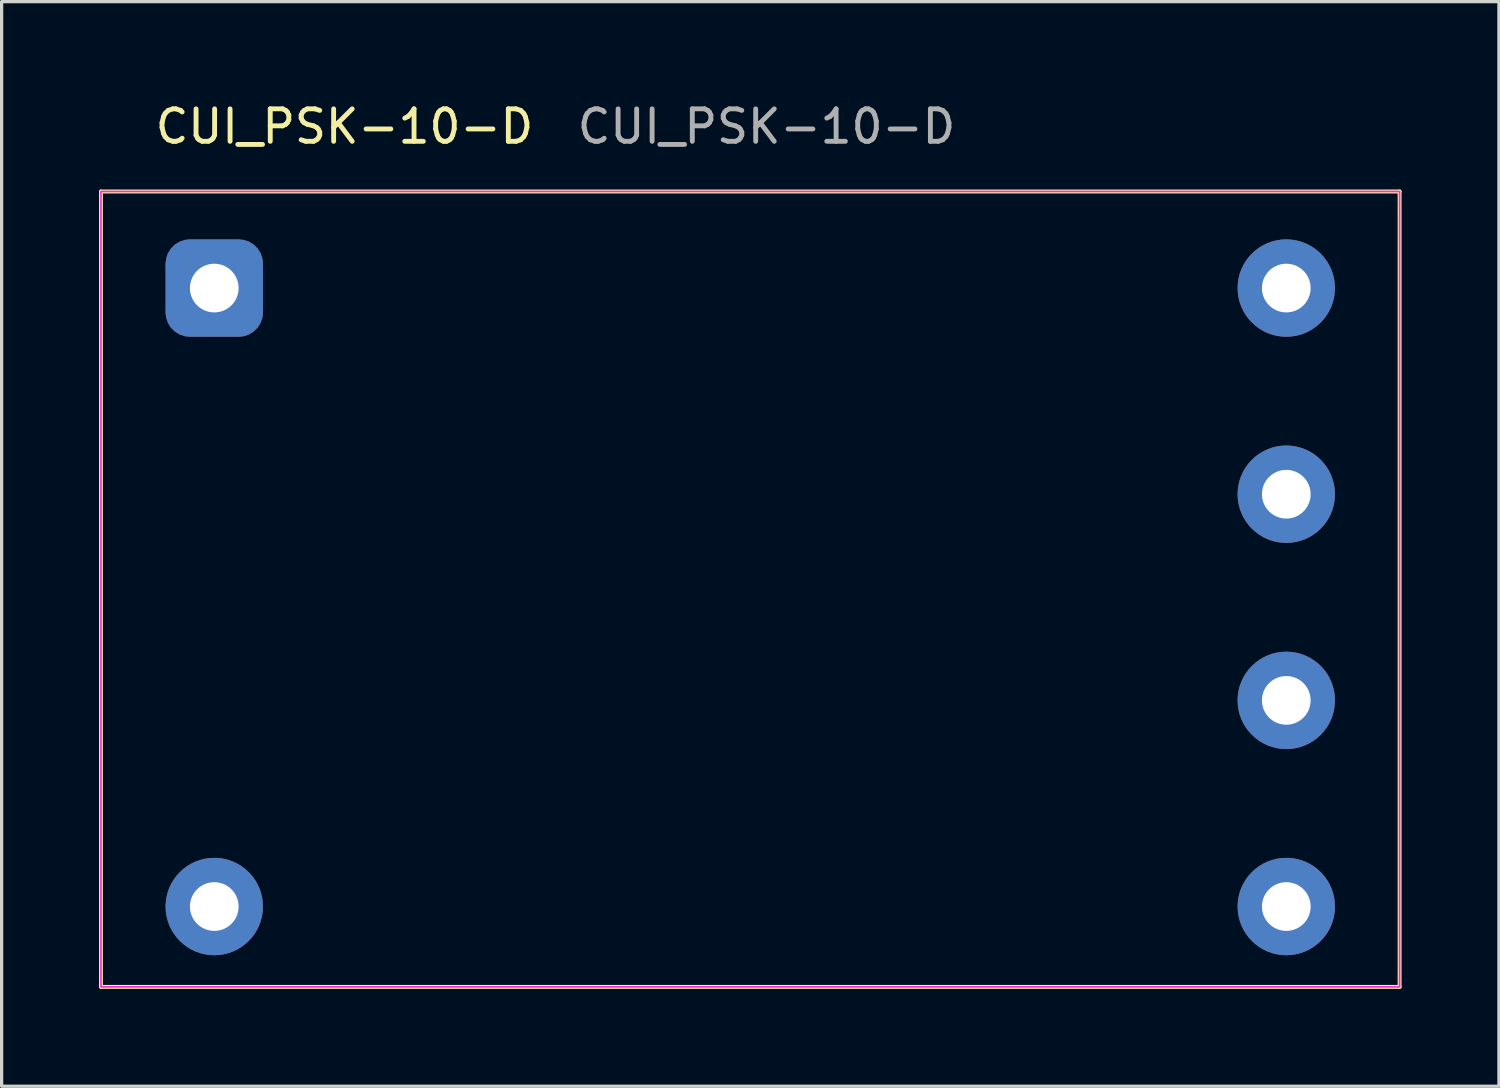
<source format=kicad_pcb>
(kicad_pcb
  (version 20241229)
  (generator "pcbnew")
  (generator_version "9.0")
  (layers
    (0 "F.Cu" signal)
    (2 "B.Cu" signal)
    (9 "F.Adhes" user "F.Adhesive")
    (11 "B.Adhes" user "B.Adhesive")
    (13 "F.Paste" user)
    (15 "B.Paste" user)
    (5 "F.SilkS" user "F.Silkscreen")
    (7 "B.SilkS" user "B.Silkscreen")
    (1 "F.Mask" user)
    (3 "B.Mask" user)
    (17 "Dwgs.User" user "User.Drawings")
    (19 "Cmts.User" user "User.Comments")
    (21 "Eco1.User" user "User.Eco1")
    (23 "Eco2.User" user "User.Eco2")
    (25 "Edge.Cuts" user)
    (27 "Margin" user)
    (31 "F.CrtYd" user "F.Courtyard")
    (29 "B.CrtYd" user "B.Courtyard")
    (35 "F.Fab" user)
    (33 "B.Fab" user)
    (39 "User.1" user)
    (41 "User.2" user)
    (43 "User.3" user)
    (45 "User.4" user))
  (footprint "CUI_PSK-10-D"
    (layer "F.Cu")
    (at 20.06 15.348)
    (property "Reference" "CUI_PSK-10-D" (at -12.5 -14.5 0) (unlocked yes) (layer "F.SilkS") (effects (font (size 1 1) (thickness 0.15))))
    (attr through_hole)
    (fp_line (start -20 -12.5) (end 20 -12.5) (stroke (width 0.12) (type solid)) (layer "F.SilkS"))
    (fp_line (start -20 12) (end -20 -12.5) (stroke (width 0.12) (type solid)) (layer "F.SilkS"))
    (fp_line (start 20 -12.5) (end 20 12) (stroke (width 0.12) (type solid)) (layer "F.SilkS"))
    (fp_line (start 20 12) (end -20 12) (stroke (width 0.12) (type solid)) (layer "F.SilkS"))
    (fp_rect (start -20 -12.5) (end 20 12) (stroke (width 0.05) (type solid)) (fill no) (layer "F.CrtYd"))
    (fp_text user "${REFERENCE}" (at 0.5 -14.5 0) (unlocked yes) (layer "F.Fab") (effects (font (size 1 1) (thickness 0.15))))
    (pad "1" thru_hole roundrect (at -16.51 -9.525) (size 3 3) (drill 1.5) (layers "*.Cu" "*.Mask") (roundrect_rratio 0.25))
    (pad "2" thru_hole circle (at -16.51 9.525) (size 3 3) (drill 1.5) (layers "*.Cu" "*.Mask"))
    (pad "3" thru_hole circle (at 16.51 9.525) (size 3 3) (drill 1.5) (layers "*.Cu" "*.Mask"))
    (pad "4" thru_hole circle (at 16.51 3.175) (size 3 3) (drill 1.5) (layers "*.Cu" "*.Mask"))
    (pad "5" thru_hole circle (at 16.51 -3.175) (size 3 3) (drill 1.5) (layers "*.Cu" "*.Mask"))
    (pad "6" thru_hole circle (at 16.51 -9.525) (size 3 3) (drill 1.5) (layers "*.Cu" "*.Mask")))
  (gr_rect
    (start -3 -3)
    (end 43.12 30.408)
    (stroke (width 0.1) (type default))
    (fill no)
    (layer "Edge.Cuts")))
</source>
